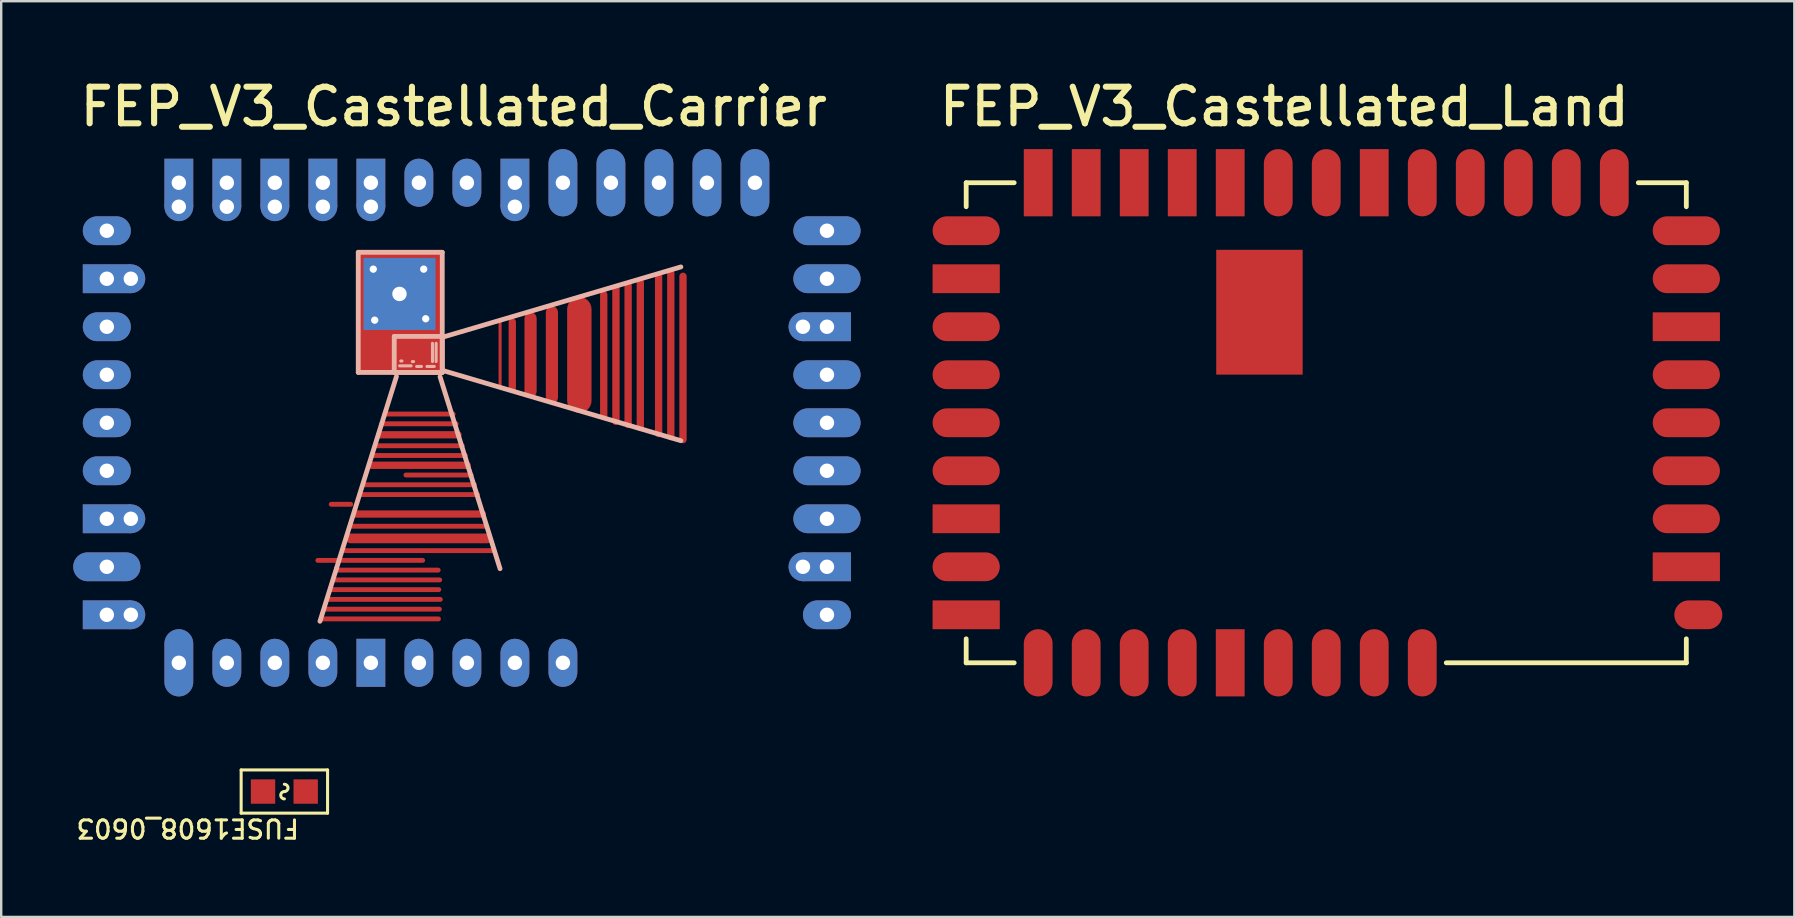
<source format=kicad_pcb>
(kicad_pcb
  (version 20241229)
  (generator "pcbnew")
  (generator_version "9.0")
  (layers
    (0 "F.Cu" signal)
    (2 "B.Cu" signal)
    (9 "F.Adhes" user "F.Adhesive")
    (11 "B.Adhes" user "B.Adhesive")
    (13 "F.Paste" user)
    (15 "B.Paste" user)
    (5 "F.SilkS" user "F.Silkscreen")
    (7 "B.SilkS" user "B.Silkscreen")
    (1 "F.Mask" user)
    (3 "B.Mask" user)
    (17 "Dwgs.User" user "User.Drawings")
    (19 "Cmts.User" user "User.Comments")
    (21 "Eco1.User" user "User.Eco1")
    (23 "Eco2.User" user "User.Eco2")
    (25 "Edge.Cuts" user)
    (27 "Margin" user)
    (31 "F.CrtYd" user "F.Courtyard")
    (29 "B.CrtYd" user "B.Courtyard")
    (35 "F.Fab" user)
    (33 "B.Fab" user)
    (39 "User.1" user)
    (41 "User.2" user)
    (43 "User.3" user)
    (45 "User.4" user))
  (footprint "FUSE1608_0603"
    (layer "F.Cu")
    (at 8.796 29.925)
    (property "Reference" "FUSE1608_0603" (at 0.686 1.081 180) (unlocked yes) (layer "F.SilkS") (effects (font (size 0.762 0.762) (thickness 0.127)) (justify left bottom)))
    (fp_line (start -1.8 -0.9) (end 1.8 -0.9) (stroke (width 0.127) (type solid)) (layer "F.SilkS"))
    (fp_line (start -1.8 0.9) (end -1.8 -0.9) (stroke (width 0.127) (type solid)) (layer "F.SilkS"))
    (fp_line (start -1.8 0.9) (end 1.8 0.9) (stroke (width 0.127) (type solid)) (layer "F.SilkS"))
    (fp_line (start 1.8 0.9) (end 1.8 -0.9) (stroke (width 0.127) (type solid)) (layer "F.SilkS"))
    (fp_arc (start 0 -0.3048) (mid 0.1524 -0.1524) (end 0 0) (stroke (width 0.127) (type solid)) (layer "F.SilkS"))
    (fp_arc (start 0 0.3048) (mid -0.1524 0.1524) (end 0 0) (stroke (width 0.127) (type solid)) (layer "F.SilkS"))
    (fp_text user "${REFERENCE}" (at -1.8 0 0) (unlocked yes) (layer "User.5") (effects (font (size 0.508 0.508) (thickness 0.127))))
    (pad "1" smd rect (at -0.889 0) (size 1.016 1.016) (layers "F.Cu" "F.Mask" "F.Paste"))
    (pad "2" smd rect (at 0.889 0) (size 1.016 1.016) (layers "F.Cu" "F.Mask" "F.Paste")))
  (footprint "FEP_V3_Castellated_Carrier"
    (layer "F.Cu")
    (at 1.4 24.562)
    (property "Reference" "FEP_V3_Castellated_Carrier" (at -1.245 -22.276 0) (unlocked yes) (layer "F.SilkS") (effects (font (size 1.524 1.524) (thickness 0.254)) (justify left bottom)))
    (fp_line (start 8.879 -1.731) (end 9.566 -3.93) (stroke (width 0.2) (type solid)) (layer "B.SilkS"))
    (fp_line (start 9.566 -3.93) (end 12.066 -11.93) (stroke (width 0.2) (type solid)) (layer "B.SilkS"))
    (fp_line (start 10.474 -17.099) (end 13.974 -17.099) (stroke (width 0.2) (type solid)) (layer "B.SilkS"))
    (fp_line (start 10.474 -12.099) (end 10.474 -17.099) (stroke (width 0.2) (type solid)) (layer "B.SilkS"))
    (fp_line (start 10.474 -12.099) (end 13.974 -12.099) (stroke (width 0.2) (type solid)) (layer "B.SilkS"))
    (fp_line (start 11.974 -13.599) (end 13.974 -13.599) (stroke (width 0.2) (type solid)) (layer "B.SilkS"))
    (fp_line (start 11.974 -12.099) (end 11.974 -13.599) (stroke (width 0.2) (type solid)) (layer "B.SilkS"))
    (fp_line (start 11.974 -12.099) (end 13.974 -12.099) (stroke (width 0.2) (type solid)) (layer "B.SilkS"))
    (fp_line (start 12.194 -12.371) (end 12.677 -12.371) (stroke (width 0.127) (type solid)) (layer "B.SilkS"))
    (fp_line (start 12.245 -12.574) (end 12.296 -12.574) (stroke (width 0.127) (type solid)) (layer "B.SilkS"))
    (fp_line (start 12.728 -12.549) (end 12.779 -12.549) (stroke (width 0.127) (type solid)) (layer "B.SilkS"))
    (fp_line (start 12.906 -12.346) (end 13.109 -12.346) (stroke (width 0.127) (type solid)) (layer "B.SilkS"))
    (fp_line (start 13.337 -12.346) (end 13.642 -12.346) (stroke (width 0.127) (type solid)) (layer "B.SilkS"))
    (fp_line (start 13.566 -12.549) (end 13.566 -13.311) (stroke (width 0.127) (type solid)) (layer "B.SilkS"))
    (fp_line (start 13.718 -12.549) (end 13.718 -13.311) (stroke (width 0.127) (type solid)) (layer "B.SilkS"))
    (fp_line (start 13.881 -11.92) (end 16.381 -3.92) (stroke (width 0.2) (type solid)) (layer "B.SilkS"))
    (fp_line (start 13.974 -12.099) (end 13.974 -17.099) (stroke (width 0.2) (type solid)) (layer "B.SilkS"))
    (fp_line (start 13.974 -12.099) (end 13.974 -13.599) (stroke (width 0.2) (type solid)) (layer "B.SilkS"))
    (fp_line (start 14.008 -13.571) (end 23.914 -16.492) (stroke (width 0.2) (type solid)) (layer "B.SilkS"))
    (fp_line (start 14.008 -12.174) (end 23.914 -9.253) (stroke (width 0.2) (type solid)) (layer "B.SilkS"))
    (fp_line (start 0 -20) (end 30 -20) (stroke (width 0.2) (type solid)) (layer "User.1"))
    (fp_line (start 0 0) (end 0 -20) (stroke (width 0.2) (type solid)) (layer "User.1"))
    (fp_line (start 0 0) (end 30 0) (stroke (width 0.2) (type solid)) (layer "User.1"))
    (fp_line (start 30 0) (end 30 -20) (stroke (width 0.2) (type solid)) (layer "User.1"))
    (pad "0" thru_hole circle (at 11.1 -16.4) (size 0.61 0.61) (drill 0.305) (layers "*.Cu" "*.Mask"))
    (pad "0" thru_hole circle (at 11.159 -14.275 90) (size 0.61 0.61) (drill 0.305) (layers "*.Cu" "*.Mask"))
    (pad "0" thru_hole rect (at 12.192 -15.367 180) (size 3 3) (drill 0.6) (layers "*.Cu" "*.Mask"))
    (pad "0" smd rect (at 12.217 -14.605) (size 3.6 5.2) (layers "F.Cu" "F.Mask" "F.Paste"))
    (pad "0" thru_hole circle (at 13.2 -16.4) (size 0.61 0.61) (drill 0.305) (layers "*.Cu" "*.Mask"))
    (pad "0" thru_hole circle (at 13.284 -14.334 180) (size 0.61 0.61) (drill 0.305) (layers "*.Cu" "*.Mask"))
    (pad "1" smd roundrect (at 11.379 -1.829) (size 5.08 0.203) (layers "F.Cu" "F.Mask" "F.Paste") (roundrect_rratio 0.5))
    (pad "1" thru_hole oval (at 13 0) (size 1.2 2) (drill 0.6) (layers "*.Cu" "*.Mask"))
    (pad "2" smd roundrect (at 11.481 -2.235) (size 4.953 0.203) (layers "F.Cu" "F.Mask" "F.Paste") (roundrect_rratio 0.5))
    (pad "2" thru_hole oval (at 15 0) (size 1.2 2) (drill 0.6) (layers "*.Cu" "*.Mask"))
    (pad "3" smd roundrect (at 11.582 -2.642) (size 4.826 0.203) (layers "F.Cu" "F.Mask" "F.Paste") (roundrect_rratio 0.5))
    (pad "3" thru_hole oval (at 17 0) (size 1.2 2) (drill 0.6) (layers "*.Cu" "*.Mask"))
    (pad "4" smd roundrect (at 11.582 -3.048) (size 4.699 0.203) (layers "F.Cu" "F.Mask" "F.Paste") (roundrect_rratio 0.5))
    (pad "4" thru_hole oval (at 19 0) (size 1.2 2) (drill 0.6) (layers "*.Cu" "*.Mask"))
    (pad "5" thru_hole oval (at 9 0) (size 1.2 2) (drill 0.6) (layers "*.Cu" "*.Mask"))
    (pad "5" smd roundrect (at 11.684 -3.454) (size 4.572 0.203) (layers "F.Cu" "F.Mask" "F.Paste") (roundrect_rratio 0.5))
    (pad "6" thru_hole oval (at 3 0) (size 1.2 2.8) (drill 0.6) (layers "*.Cu" "*.Mask"))
    (pad "6" smd roundrect (at 13.005 -4.674) (size 6.35 0.203) (layers "F.Cu" "F.Mask" "F.Paste") (roundrect_rratio 0.5))
    (pad "7" thru_hole rect (at 0 -2 270) (size 1.2 2) (drill 0.6) (layers "*.Cu" "*.Mask"))
    (pad "7" thru_hole circle (at 1 -2) (size 1.2 1.2) (drill 0.6) (layers "*.Cu" "*.Mask"))
    (pad "7" thru_hole rect (at 11 0) (size 1.2 2) (drill 0.6) (layers "*.Cu" "*.Mask"))
    (pad "7" smd roundrect (at 13.005 -5.182) (size 6.096 0.406) (layers "F.Cu" "F.Mask" "F.Paste") (roundrect_rratio 0.5))
    (pad "8" thru_hole oval (at 7 0) (size 1.2 2) (drill 0.6) (layers "*.Cu" "*.Mask"))
    (pad "8" smd roundrect (at 11.684 -3.861) (size 4.445 0.203) (layers "F.Cu" "F.Mask" "F.Paste") (roundrect_rratio 0.5))
    (pad "9" thru_hole oval (at 5 0) (size 1.2 2) (drill 0.6) (layers "*.Cu" "*.Mask"))
    (pad "9" smd roundrect (at 10.973 -4.267) (size 4.572 0.203) (layers "F.Cu" "F.Mask" "F.Paste") (roundrect_rratio 0.5))
    (pad "10" smd roundrect (at 9.754 -6.604) (size 1.016 0.203) (layers "F.Cu" "F.Mask" "F.Paste") (roundrect_rratio 0.5))
    (pad "10" thru_hole oval (at 30 -6 90) (size 1.2 2.8) (drill 0.6) (layers "*.Cu" "*.Mask"))
    (pad "11" thru_hole oval (at 0 -8 90) (size 1.2 2) (drill 0.6) (layers "*.Cu" "*.Mask"))
    (pad "11" smd roundrect (at 13.005 -8.636) (size 4.064 0.203) (layers "F.Cu" "F.Mask" "F.Paste") (roundrect_rratio 0.5))
    (pad "12" smd roundrect (at 13.005 -7.01) (size 5.08 0.203) (layers "F.Cu" "F.Mask" "F.Paste") (roundrect_rratio 0.5))
    (pad "12" thru_hole oval (at 30 -8 90) (size 1.2 2.8) (drill 0.6) (layers "*.Cu" "*.Mask"))
    (pad "13" smd roundrect (at 13.005 -6.198) (size 5.588 0.305) (layers "F.Cu" "F.Mask" "F.Paste") (roundrect_rratio 0.5))
    (pad "13" thru_hole circle (at 29 -4 180) (size 1.2 1.2) (drill 0.6) (layers "*.Cu" "*.Mask"))
    (pad "13" thru_hole rect (at 30 -4 90) (size 1.2 2) (drill 0.6) (layers "*.Cu" "*.Mask"))
    (pad "14" smd roundrect (at 13.005 -5.69) (size 5.842 0.203) (layers "F.Cu" "F.Mask" "F.Paste") (roundrect_rratio 0.5))
    (pad "14" thru_hole oval (at 30 -2 90) (size 1.2 2) (drill 0.6) (layers "*.Cu" "*.Mask"))
    (pad "15" thru_hole oval (at 0 -12 90) (size 1.2 2) (drill 0.6) (layers "*.Cu" "*.Mask"))
    (pad "15" smd roundrect (at 13.005 -9.957) (size 3.302 0.203) (layers "F.Cu" "F.Mask" "F.Paste") (roundrect_rratio 0.5))
    (pad "16" thru_hole oval (at 0 -14 90) (size 1.2 2) (drill 0.6) (layers "*.Cu" "*.Mask"))
    (pad "16" smd roundrect (at 13.005 -10.363) (size 3.048 0.203) (layers "F.Cu" "F.Mask" "F.Paste") (roundrect_rratio 0.5))
    (pad "17" smd roundrect (at 13.818 -7.823) (size 2.921 0.203) (layers "F.Cu" "F.Mask" "F.Paste") (roundrect_rratio 0.5))
    (pad "17" thru_hole oval (at 30 -12 270) (size 1.2 2.8) (drill 0.6) (layers "*.Cu" "*.Mask"))
    (pad "18" smd roundrect (at 13.005 -9.5) (size 3.556 0.305) (layers "F.Cu" "F.Mask" "F.Paste") (roundrect_rratio 0.5))
    (pad "18" thru_hole circle (at 29 -14 180) (size 1.2 1.2) (drill 0.6) (layers "*.Cu" "*.Mask"))
    (pad "18" thru_hole rect (at 30 -14 90) (size 1.2 2) (drill 0.6) (layers "*.Cu" "*.Mask"))
    (pad "19" smd roundrect (at 13.005 -7.417) (size 4.826 0.203) (layers "F.Cu" "F.Mask" "F.Paste") (roundrect_rratio 0.5))
    (pad "19" thru_hole oval (at 30 -10 270) (size 1.2 2.8) (drill 0.6) (layers "*.Cu" "*.Mask"))
    (pad "20" thru_hole oval (at 0 -10 270) (size 1.2 2) (drill 0.6) (layers "*.Cu" "*.Mask"))
    (pad "20" smd roundrect (at 13.005 -9.042) (size 3.81 0.203) (layers "F.Cu" "F.Mask" "F.Paste") (roundrect_rratio 0.5))
    (pad "21" smd roundrect (at 24.003 -12.7 90) (size 7.112 0.305) (layers "F.Cu" "F.Mask" "F.Paste") (roundrect_rratio 0.5))
    (pad "21" thru_hole oval (at 30 -16 270) (size 1.2 2.8) (drill 0.6) (layers "*.Cu" "*.Mask"))
    (pad "22" smd roundrect (at 13.005 -8.23) (size 4.318 0.305) (layers "F.Cu" "F.Mask" "F.Paste") (roundrect_rratio 0.5))
    (pad "22" smd roundrect (at 16.891 -12.827 90) (size 3.048 0.305) (layers "F.Cu" "F.Mask" "F.Paste") (roundrect_rratio 0.5))
    (pad "22" thru_hole rect (at 17 -20 180) (size 1.2 2) (drill 0.6) (layers "*.Cu" "*.Mask"))
    (pad "22" thru_hole circle (at 17 -19 270) (size 1.2 1.2) (drill 0.6) (layers "*.Cu" "*.Mask"))
    (pad "22" smd roundrect (at 19.685 -12.827 90) (size 4.826 1.016) (layers "F.Cu" "F.Mask" "F.Paste") (roundrect_rratio 0.5))
    (pad "23" smd roundrect (at 23.495 -12.827 90) (size 7.112 0.305) (layers "F.Cu" "F.Mask" "F.Paste") (roundrect_rratio 0.5))
    (pad "23" thru_hole oval (at 30 -18 270) (size 1.2 2.8) (drill 0.6) (layers "*.Cu" "*.Mask"))
    (pad "24" thru_hole rect (at 11 -20 180) (size 1.2 2) (drill 0.6) (layers "*.Cu" "*.Mask"))
    (pad "24" thru_hole circle (at 11 -19 270) (size 1.2 1.2) (drill 0.6) (layers "*.Cu" "*.Mask"))
    (pad "25" smd roundrect (at 22.987 -12.827 90) (size 6.858 0.305) (layers "F.Cu" "F.Mask" "F.Paste") (roundrect_rratio 0.5))
    (pad "25" thru_hole oval (at 27 -20) (size 1.2 2.8) (drill 0.6) (layers "*.Cu" "*.Mask"))
    (pad "26" thru_hole rect (at 9 -20 180) (size 1.2 2) (drill 0.6) (layers "*.Cu" "*.Mask"))
    (pad "26" thru_hole circle (at 9 -19 270) (size 1.2 1.2) (drill 0.6) (layers "*.Cu" "*.Mask"))
    (pad "27" smd roundrect (at 22.225 -12.827 90) (size 6.35 0.305) (layers "F.Cu" "F.Mask" "F.Paste") (roundrect_rratio 0.5))
    (pad "27" thru_hole oval (at 25 -20 180) (size 1.2 2.8) (drill 0.6) (layers "*.Cu" "*.Mask"))
    (pad "28" thru_hole rect (at 7 -20 180) (size 1.2 2) (drill 0.6) (layers "*.Cu" "*.Mask"))
    (pad "28" thru_hole circle (at 7 -19 270) (size 1.2 1.2) (drill 0.6) (layers "*.Cu" "*.Mask"))
    (pad "29" smd roundrect (at 21.717 -12.827 90) (size 6.096 0.305) (layers "F.Cu" "F.Mask" "F.Paste") (roundrect_rratio 0.5))
    (pad "29" thru_hole oval (at 23 -20 180) (size 1.2 2.8) (drill 0.6) (layers "*.Cu" "*.Mask"))
    (pad "30" thru_hole rect (at 5 -20 180) (size 1.2 2) (drill 0.6) (layers "*.Cu" "*.Mask"))
    (pad "30" thru_hole circle (at 5 -19 270) (size 1.2 1.2) (drill 0.6) (layers "*.Cu" "*.Mask"))
    (pad "31" thru_hole oval (at 21 -20 180) (size 1.2 2.8) (drill 0.6) (layers "*.Cu" "*.Mask"))
    (pad "31" smd roundrect (at 21.209 -12.827 90) (size 5.842 0.305) (layers "F.Cu" "F.Mask" "F.Paste") (roundrect_rratio 0.5))
    (pad "32" thru_hole rect (at 3 -20 180) (size 1.2 2) (drill 0.6) (layers "*.Cu" "*.Mask"))
    (pad "32" thru_hole circle (at 3 -19 270) (size 1.2 1.2) (drill 0.6) (layers "*.Cu" "*.Mask"))
    (pad "33" thru_hole oval (at 19 -20 180) (size 1.2 2.8) (drill 0.6) (layers "*.Cu" "*.Mask"))
    (pad "33" smd roundrect (at 20.701 -12.827 90) (size 5.334 0.305) (layers "F.Cu" "F.Mask" "F.Paste") (roundrect_rratio 0.5))
    (pad "34" thru_hole rect (at 0 -16 90) (size 1.2 2) (drill 0.6) (layers "*.Cu" "*.Mask"))
    (pad "34" thru_hole rect (at 0 -6 90) (size 1.2 2) (drill 0.6) (layers "*.Cu" "*.Mask"))
    (pad "34" thru_hole circle (at 1 -16) (size 1.2 1.2) (drill 0.6) (layers "*.Cu" "*.Mask"))
    (pad "34" thru_hole circle (at 1 -6) (size 1.2 1.2) (drill 0.6) (layers "*.Cu" "*.Mask"))
    (pad "35" thru_hole oval (at 0 -18 270) (size 1.2 2) (drill 0.6) (layers "*.Cu" "*.Mask"))
    (pad "35" smd roundrect (at 16.383 -12.827 90) (size 2.794 0.127) (layers "F.Cu" "F.Mask" "F.Paste") (roundrect_rratio 0.5))
    (pad "36" thru_hole oval (at 15 -20 180) (size 1.2 2) (drill 0.6) (layers "*.Cu" "*.Mask"))
    (pad "36" smd roundrect (at 18.542 -12.827 90) (size 4.064 0.508) (layers "F.Cu" "F.Mask" "F.Paste") (roundrect_rratio 0.5))
    (pad "37" thru_hole oval (at 13 -20 180) (size 1.2 2) (drill 0.6) (layers "*.Cu" "*.Mask"))
    (pad "37" smd roundrect (at 17.653 -12.827 90) (size 3.556 0.508) (layers "F.Cu" "F.Mask" "F.Paste") (roundrect_rratio 0.5))
    (pad "50" thru_hole oval (at 0 -4 90) (size 1.2 2.8) (drill 0.6) (layers "*.Cu" "*.Mask")))
  (footprint "FEP_V3_Castellated_Land"
    (layer "F.Cu")
    (at 37.2 24.562)
    (property "Reference" "FEP_V3_Castellated_Land" (at -1.245 -22.276 0) (unlocked yes) (layer "F.SilkS") (effects (font (size 1.524 1.524) (thickness 0.254)) (justify left bottom)))
    (fp_line (start 0 -20) (end 2 -20) (stroke (width 0.2) (type solid)) (layer "F.SilkS"))
    (fp_line (start 0 -19) (end 0 -20) (stroke (width 0.2) (type solid)) (layer "F.SilkS"))
    (fp_line (start 0 0) (end 0 -1) (stroke (width 0.2) (type solid)) (layer "F.SilkS"))
    (fp_line (start 0 0) (end 2 0) (stroke (width 0.2) (type solid)) (layer "F.SilkS"))
    (fp_line (start 20 0) (end 30 0) (stroke (width 0.2) (type solid)) (layer "F.SilkS"))
    (fp_line (start 28 -20) (end 30 -20) (stroke (width 0.2) (type solid)) (layer "F.SilkS"))
    (fp_line (start 30 -19) (end 30 -20) (stroke (width 0.2) (type solid)) (layer "F.SilkS"))
    (fp_line (start 30 0) (end 30 -1) (stroke (width 0.2) (type solid)) (layer "F.SilkS"))
    (fp_line (start 10.474 -17.099) (end 13.974 -17.099) (stroke (width 0.2) (type solid)) (layer "Eco1.User"))
    (fp_line (start 10.474 -12.099) (end 10.474 -17.099) (stroke (width 0.2) (type solid)) (layer "Eco1.User"))
    (fp_line (start 10.474 -12.099) (end 13.974 -12.099) (stroke (width 0.2) (type solid)) (layer "Eco1.User"))
    (fp_line (start 11.974 -13.599) (end 13.974 -13.599) (stroke (width 0.2) (type solid)) (layer "Eco1.User"))
    (fp_line (start 11.974 -12.099) (end 11.974 -13.599) (stroke (width 0.2) (type solid)) (layer "Eco1.User"))
    (fp_line (start 11.974 -12.099) (end 13.974 -12.099) (stroke (width 0.2) (type solid)) (layer "Eco1.User"))
    (fp_line (start 12.194 -12.371) (end 12.677 -12.371) (stroke (width 0.127) (type solid)) (layer "Eco1.User"))
    (fp_line (start 12.245 -12.574) (end 12.296 -12.574) (stroke (width 0.127) (type solid)) (layer "Eco1.User"))
    (fp_line (start 12.728 -12.549) (end 12.779 -12.549) (stroke (width 0.127) (type solid)) (layer "Eco1.User"))
    (fp_line (start 12.906 -12.346) (end 13.109 -12.346) (stroke (width 0.127) (type solid)) (layer "Eco1.User"))
    (fp_line (start 13.337 -12.346) (end 13.642 -12.346) (stroke (width 0.127) (type solid)) (layer "Eco1.User"))
    (fp_line (start 13.566 -12.549) (end 13.566 -13.311) (stroke (width 0.127) (type solid)) (layer "Eco1.User"))
    (fp_line (start 13.718 -12.549) (end 13.718 -13.311) (stroke (width 0.127) (type solid)) (layer "Eco1.User"))
    (fp_line (start 13.974 -12.099) (end 13.974 -17.099) (stroke (width 0.2) (type solid)) (layer "Eco1.User"))
    (fp_line (start 13.974 -12.099) (end 13.974 -13.599) (stroke (width 0.2) (type solid)) (layer "Eco1.User"))
    (pad "0" smd rect (at 12.217 -14.605) (size 3.6 5.2) (layers "F.Cu" "F.Mask" "F.Paste"))
    (pad "1" smd oval (at 13 0) (size 1.2 2.8) (layers "F.Cu" "F.Mask" "F.Paste"))
    (pad "2" smd oval (at 15 0) (size 1.2 2.8) (layers "F.Cu" "F.Mask" "F.Paste"))
    (pad "3" smd oval (at 17 0) (size 1.2 2.8) (layers "F.Cu" "F.Mask" "F.Paste"))
    (pad "4" smd oval (at 19 0) (size 1.2 2.8) (layers "F.Cu" "F.Mask" "F.Paste"))
    (pad "5" smd oval (at 9 0) (size 1.2 2.8) (layers "F.Cu" "F.Mask" "F.Paste"))
    (pad "6" smd oval (at 3 0) (size 1.2 2.8) (layers "F.Cu" "F.Mask" "F.Paste"))
    (pad "7" smd rect (at 0 -2 90) (size 1.2 2.8) (layers "F.Cu" "F.Mask" "F.Paste"))
    (pad "7" smd rect (at 11 0 180) (size 1.2 2.8) (layers "F.Cu" "F.Mask" "F.Paste"))
    (pad "8" smd oval (at 7 0) (size 1.2 2.8) (layers "F.Cu" "F.Mask" "F.Paste"))
    (pad "9" smd oval (at 5 0) (size 1.2 2.8) (layers "F.Cu" "F.Mask" "F.Paste"))
    (pad "10" smd oval (at 30 -6 90) (size 1.2 2.8) (layers "F.Cu" "F.Mask" "F.Paste"))
    (pad "11" smd oval (at 0 -8 90) (size 1.2 2.8) (layers "F.Cu" "F.Mask" "F.Paste"))
    (pad "12" smd oval (at 30 -8 90) (size 1.2 2.8) (layers "F.Cu" "F.Mask" "F.Paste"))
    (pad "13" smd rect (at 30 -4 90) (size 1.2 2.8) (layers "F.Cu" "F.Mask" "F.Paste"))
    (pad "14" smd oval (at 30.5 -2 90) (size 1.2 2) (layers "F.Cu" "F.Mask" "F.Paste"))
    (pad "15" smd oval (at 0 -12 90) (size 1.2 2.8) (layers "F.Cu" "F.Mask" "F.Paste"))
    (pad "16" smd oval (at 0 -14 90) (size 1.2 2.8) (layers "F.Cu" "F.Mask" "F.Paste"))
    (pad "17" smd oval (at 30 -12 90) (size 1.2 2.8) (layers "F.Cu" "F.Mask" "F.Paste"))
    (pad "18" smd rect (at 30 -14 90) (size 1.2 2.8) (layers "F.Cu" "F.Mask" "F.Paste"))
    (pad "19" smd oval (at 30 -10 90) (size 1.2 2.8) (layers "F.Cu" "F.Mask" "F.Paste"))
    (pad "20" smd oval (at 0 -10 90) (size 1.2 2.8) (layers "F.Cu" "F.Mask" "F.Paste"))
    (pad "21" smd oval (at 30 -16 90) (size 1.2 2.8) (layers "F.Cu" "F.Mask" "F.Paste"))
    (pad "22" smd rect (at 17 -20 180) (size 1.2 2.8) (layers "F.Cu" "F.Mask" "F.Paste"))
    (pad "23" smd oval (at 30 -18 90) (size 1.2 2.8) (layers "F.Cu" "F.Mask" "F.Paste"))
    (pad "24" smd rect (at 11 -20 180) (size 1.2 2.8) (layers "F.Cu" "F.Mask" "F.Paste"))
    (pad "25" smd oval (at 27 -20) (size 1.2 2.8) (layers "F.Cu" "F.Mask" "F.Paste"))
    (pad "26" smd rect (at 9 -20 180) (size 1.2 2.8) (layers "F.Cu" "F.Mask" "F.Paste"))
    (pad "27" smd oval (at 25 -20) (size 1.2 2.8) (layers "F.Cu" "F.Mask" "F.Paste"))
    (pad "28" smd rect (at 7 -20 180) (size 1.2 2.8) (layers "F.Cu" "F.Mask" "F.Paste"))
    (pad "29" smd oval (at 23 -20) (size 1.2 2.8) (layers "F.Cu" "F.Mask" "F.Paste"))
    (pad "30" smd rect (at 5 -20 180) (size 1.2 2.8) (layers "F.Cu" "F.Mask" "F.Paste"))
    (pad "31" smd oval (at 21 -20) (size 1.2 2.8) (layers "F.Cu" "F.Mask" "F.Paste"))
    (pad "32" smd rect (at 3 -20 180) (size 1.2 2.8) (layers "F.Cu" "F.Mask" "F.Paste"))
    (pad "33" smd oval (at 19 -20) (size 1.2 2.8) (layers "F.Cu" "F.Mask" "F.Paste"))
    (pad "34" smd rect (at 0 -16 90) (size 1.2 2.8) (layers "F.Cu" "F.Mask" "F.Paste"))
    (pad "34" smd rect (at 0 -6 90) (size 1.2 2.8) (layers "F.Cu" "F.Mask" "F.Paste"))
    (pad "35" smd oval (at 0 -18 90) (size 1.2 2.8) (layers "F.Cu" "F.Mask" "F.Paste"))
    (pad "36" smd oval (at 15 -20) (size 1.2 2.8) (layers "F.Cu" "F.Mask" "F.Paste"))
    (pad "37" smd oval (at 13 -20) (size 1.2 2.8) (layers "F.Cu" "F.Mask" "F.Paste"))
    (pad "50" smd oval (at 0 -4 90) (size 1.2 2.8) (layers "F.Cu" "F.Mask" "F.Paste")))
  (gr_rect
    (start -3 -3)
    (end 71.7 35.149)
    (stroke (width 0.1) (type default))
    (fill no)
    (layer "Edge.Cuts")))
</source>
